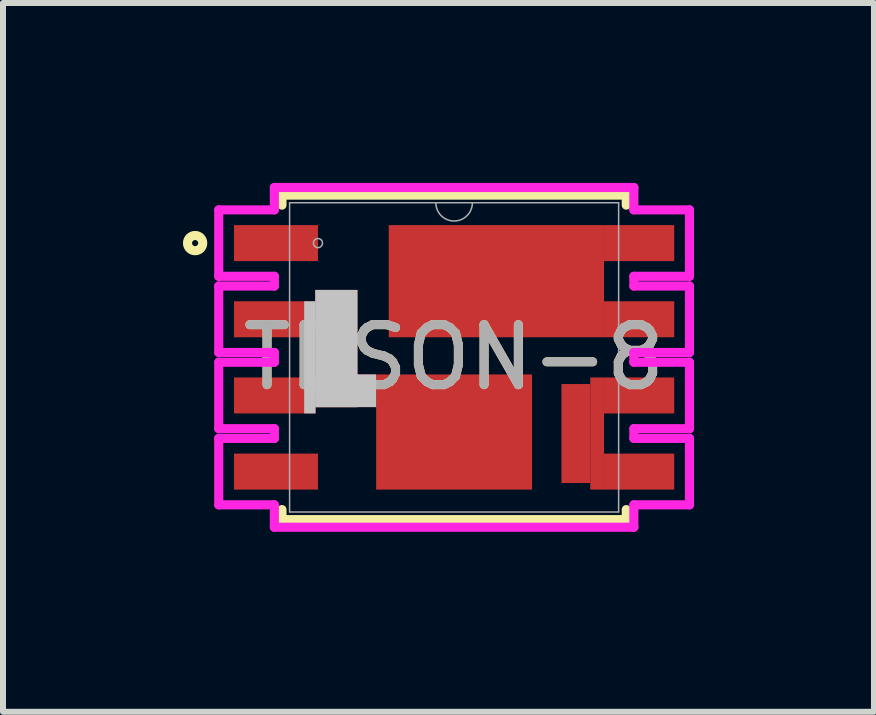
<source format=kicad_pcb>
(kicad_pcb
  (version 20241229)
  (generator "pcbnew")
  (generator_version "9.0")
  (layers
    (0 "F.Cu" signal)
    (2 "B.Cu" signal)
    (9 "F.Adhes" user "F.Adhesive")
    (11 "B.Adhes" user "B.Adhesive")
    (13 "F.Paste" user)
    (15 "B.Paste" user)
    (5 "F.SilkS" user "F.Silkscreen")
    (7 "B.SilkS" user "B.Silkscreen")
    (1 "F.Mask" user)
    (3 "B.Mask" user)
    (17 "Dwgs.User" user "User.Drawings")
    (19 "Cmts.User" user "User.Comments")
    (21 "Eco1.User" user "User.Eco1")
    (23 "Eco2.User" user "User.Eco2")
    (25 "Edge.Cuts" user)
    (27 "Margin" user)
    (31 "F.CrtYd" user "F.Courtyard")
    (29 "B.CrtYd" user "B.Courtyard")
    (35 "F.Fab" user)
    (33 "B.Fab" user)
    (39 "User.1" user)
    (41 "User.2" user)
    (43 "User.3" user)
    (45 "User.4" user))
  (footprint "TDSON-8"
    (layer "F.Cu")
    (at 4.521 2.908)
    (property "Reference" "TDSON-8" (at 0 0 0) (unlocked yes) (layer "F.SilkS") (effects (font (size 1 1) (thickness 0.15))))
    (attr smd)
    (fp_poly (pts (xy -1.3 0.285) (xy 1.3 0.285) (xy 1.3 2.205) (xy -1.3 2.205)) (stroke (width 0) (type solid)) (fill yes) (layer "F.Mask"))
    (fp_poly (pts (xy -1.61 -1.125) (xy -2.31 -1.125) (xy -2.31 -0.935) (xy -2.5 -0.935) (xy -2.5 -0.335) (xy -2.5 0.335) (xy -2.5 0.935) (xy -2.31 0.935) (xy -2.31 0.825) (xy -1.61 0.825)) (stroke (width 0) (type solid)) (fill yes) (layer "F.Mask"))
    (fp_line (start -2.87 -2.705) (end 2.87 -2.705) (stroke (width 0.152) (type solid)) (layer "F.SilkS"))
    (fp_line (start -2.87 -2.538) (end -2.87 -2.705) (stroke (width 0.152) (type solid)) (layer "F.SilkS"))
    (fp_line (start -2.87 2.705) (end -2.87 2.538) (stroke (width 0.152) (type solid)) (layer "F.SilkS"))
    (fp_line (start 2.87 -2.705) (end 2.87 -2.538) (stroke (width 0.152) (type solid)) (layer "F.SilkS"))
    (fp_line (start 2.87 2.538) (end 2.87 2.705) (stroke (width 0.152) (type solid)) (layer "F.SilkS"))
    (fp_line (start 2.87 2.705) (end -2.87 2.705) (stroke (width 0.152) (type solid)) (layer "F.SilkS"))
    (fp_circle (center -4.318 -1.905) (end -4.191 -1.905) (stroke (width 0.152) (type solid)) (fill no) (layer "F.SilkS"))
    (fp_poly (pts (xy -3.62 1.655) (xy -2.47 1.655) (xy -2.47 2.155) (xy -3.62 2.155)) (stroke (width 0) (type solid)) (fill yes) (layer "F.Paste"))
    (fp_poly (pts (xy -3.62 -2.155) (xy -2.47 -2.155) (xy -2.47 -1.655) (xy -3.62 -1.655)) (stroke (width 0) (type solid)) (fill yes) (layer "F.Paste"))
    (fp_poly (pts (xy -3.62 -0.885) (xy -2.47 -0.885) (xy -2.47 -0.385) (xy -3.62 -0.385)) (stroke (width 0) (type solid)) (fill yes) (layer "F.Paste"))
    (fp_poly (pts (xy -3.62 0.385) (xy -2.47 0.385) (xy -2.47 0.885) (xy -3.62 0.885)) (stroke (width 0) (type solid)) (fill yes) (layer "F.Paste"))
    (fp_poly (pts (xy 2.47 -2.155) (xy 3.62 -2.155) (xy 3.62 -1.655) (xy 2.47 -1.655)) (stroke (width 0) (type solid)) (fill yes) (layer "F.Paste"))
    (fp_poly (pts (xy 2.47 -0.885) (xy 3.62 -0.885) (xy 3.62 -0.385) (xy 2.47 -0.385)) (stroke (width 0) (type solid)) (fill yes) (layer "F.Paste"))
    (fp_poly (pts (xy 2.47 0.385) (xy 3.62 0.385) (xy 3.62 0.885) (xy 2.47 0.885)) (stroke (width 0) (type solid)) (fill yes) (layer "F.Paste"))
    (fp_poly (pts (xy 2.47 1.655) (xy 3.62 1.655) (xy 3.62 2.155) (xy 2.47 2.155)) (stroke (width 0) (type solid)) (fill yes) (layer "F.Paste"))
    (fp_line (start -3.924 -2.459) (end -3.924 -1.351) (stroke (width 0.152) (type solid)) (layer "F.CrtYd"))
    (fp_line (start -3.924 -1.351) (end -2.997 -1.351) (stroke (width 0.152) (type solid)) (layer "F.CrtYd"))
    (fp_line (start -3.924 -1.189) (end -3.924 -0.081) (stroke (width 0.152) (type solid)) (layer "F.CrtYd"))
    (fp_line (start -3.924 -0.081) (end -2.997 -0.081) (stroke (width 0.152) (type solid)) (layer "F.CrtYd"))
    (fp_line (start -3.924 0.081) (end -3.924 1.189) (stroke (width 0.152) (type solid)) (layer "F.CrtYd"))
    (fp_line (start -3.924 1.189) (end -2.997 1.189) (stroke (width 0.152) (type solid)) (layer "F.CrtYd"))
    (fp_line (start -3.924 1.351) (end -3.924 2.459) (stroke (width 0.152) (type solid)) (layer "F.CrtYd"))
    (fp_line (start -3.924 2.459) (end -2.997 2.459) (stroke (width 0.152) (type solid)) (layer "F.CrtYd"))
    (fp_line (start -2.997 -2.832) (end -2.997 -2.459) (stroke (width 0.152) (type solid)) (layer "F.CrtYd"))
    (fp_line (start -2.997 -2.459) (end -3.924 -2.459) (stroke (width 0.152) (type solid)) (layer "F.CrtYd"))
    (fp_line (start -2.997 -1.351) (end -2.997 -1.189) (stroke (width 0.152) (type solid)) (layer "F.CrtYd"))
    (fp_line (start -2.997 -1.189) (end -3.924 -1.189) (stroke (width 0.152) (type solid)) (layer "F.CrtYd"))
    (fp_line (start -2.997 -0.081) (end -2.997 0.081) (stroke (width 0.152) (type solid)) (layer "F.CrtYd"))
    (fp_line (start -2.997 0.081) (end -3.924 0.081) (stroke (width 0.152) (type solid)) (layer "F.CrtYd"))
    (fp_line (start -2.997 1.189) (end -2.997 1.351) (stroke (width 0.152) (type solid)) (layer "F.CrtYd"))
    (fp_line (start -2.997 1.351) (end -3.924 1.351) (stroke (width 0.152) (type solid)) (layer "F.CrtYd"))
    (fp_line (start -2.997 2.459) (end -2.997 2.832) (stroke (width 0.152) (type solid)) (layer "F.CrtYd"))
    (fp_line (start -2.997 2.832) (end 2.997 2.832) (stroke (width 0.152) (type solid)) (layer "F.CrtYd"))
    (fp_line (start 2.997 -2.832) (end -2.997 -2.832) (stroke (width 0.152) (type solid)) (layer "F.CrtYd"))
    (fp_line (start 2.997 -2.459) (end 2.997 -2.832) (stroke (width 0.152) (type solid)) (layer "F.CrtYd"))
    (fp_line (start 2.997 -1.351) (end 3.924 -1.351) (stroke (width 0.152) (type solid)) (layer "F.CrtYd"))
    (fp_line (start 2.997 -1.189) (end 2.997 -1.351) (stroke (width 0.152) (type solid)) (layer "F.CrtYd"))
    (fp_line (start 2.997 -0.081) (end 3.924 -0.081) (stroke (width 0.152) (type solid)) (layer "F.CrtYd"))
    (fp_line (start 2.997 0.081) (end 2.997 -0.081) (stroke (width 0.152) (type solid)) (layer "F.CrtYd"))
    (fp_line (start 2.997 1.189) (end 3.924 1.189) (stroke (width 0.152) (type solid)) (layer "F.CrtYd"))
    (fp_line (start 2.997 1.351) (end 2.997 1.189) (stroke (width 0.152) (type solid)) (layer "F.CrtYd"))
    (fp_line (start 2.997 2.459) (end 3.924 2.459) (stroke (width 0.152) (type solid)) (layer "F.CrtYd"))
    (fp_line (start 2.997 2.832) (end 2.997 2.459) (stroke (width 0.152) (type solid)) (layer "F.CrtYd"))
    (fp_line (start 3.924 -2.459) (end 2.997 -2.459) (stroke (width 0.152) (type solid)) (layer "F.CrtYd"))
    (fp_line (start 3.924 -1.351) (end 3.924 -2.459) (stroke (width 0.152) (type solid)) (layer "F.CrtYd"))
    (fp_line (start 3.924 -1.189) (end 2.997 -1.189) (stroke (width 0.152) (type solid)) (layer "F.CrtYd"))
    (fp_line (start 3.924 -0.081) (end 3.924 -1.189) (stroke (width 0.152) (type solid)) (layer "F.CrtYd"))
    (fp_line (start 3.924 0.081) (end 2.997 0.081) (stroke (width 0.152) (type solid)) (layer "F.CrtYd"))
    (fp_line (start 3.924 1.189) (end 3.924 0.081) (stroke (width 0.152) (type solid)) (layer "F.CrtYd"))
    (fp_line (start 3.924 1.351) (end 2.997 1.351) (stroke (width 0.152) (type solid)) (layer "F.CrtYd"))
    (fp_line (start 3.924 2.459) (end 3.924 1.351) (stroke (width 0.152) (type solid)) (layer "F.CrtYd"))
    (fp_line (start -2.743 -2.578) (end -2.743 2.578) (stroke (width 0.025) (type solid)) (layer "F.Fab"))
    (fp_line (start -2.743 2.578) (end 2.743 2.578) (stroke (width 0.025) (type solid)) (layer "F.Fab"))
    (fp_line (start 2.743 -2.578) (end -2.743 -2.578) (stroke (width 0.025) (type solid)) (layer "F.Fab"))
    (fp_line (start 2.743 2.578) (end 2.743 -2.578) (stroke (width 0.025) (type solid)) (layer "F.Fab"))
    (fp_arc (start 0.3048 -2.5781) (mid 0 -2.2733) (end -0.3048 -2.5781) (stroke (width 0.0254) (type solid)) (layer "F.Fab"))
    (fp_circle (center -2.27 -1.905) (end -2.194 -1.905) (stroke (width 0.025) (type solid)) (fill no) (layer "F.Fab"))
    (fp_text user "${REFERENCE}" (at 0 0 0) (unlocked yes) (layer "F.Fab") (effects (font (size 1 1) (thickness 0.15))))
    (pad "1" smd rect (at -2.97 -1.905) (size 1.4 0.6) (layers "F.Cu" "F.Mask"))
    (pad "2" smd rect (at -3.085 -0.635) (size 1.17 0.6) (layers "F.Cu" "F.Mask"))
    (pad "2" smd rect (at -1.805 0.557 270) (size 0.545 1.01) (layers "F.Cu" "F.Mask" "F.Paste" "Dwgs.User"))
    (pad "2" smd rect (at 0 1.245) (size 2.6 1.92) (layers "F.Cu" "F.Mask" "F.Paste"))
    (pad "3" smd rect (at -3.085 0.635) (size 1.17 0.6) (layers "F.Cu" "F.Mask"))
    (pad "3" smd rect (at -2.405 0 180) (size 0.19 1.87) (layers "F.Cu" "F.Mask" "F.Paste" "Dwgs.User"))
    (pad "3" smd rect (at -1.963 -0.147) (size 0.705 1.955) (layers "F.Cu" "F.Mask" "F.Paste" "Dwgs.User"))
    (pad "4" smd rect (at -2.97 1.905) (size 1.4 0.6) (layers "F.Cu" "F.Mask"))
    (pad "5" smd rect (at 2.03 1.27) (size 0.48 1.65) (layers "F.Cu" "F.Mask" "F.Paste"))
    (pad "5" smd rect (at 3.085 1.905) (size 1.17 0.6) (layers "F.Cu" "F.Mask"))
    (pad "6" smd rect (at 2.385 1.27) (size 0.23 1.87) (layers "F.Cu" "F.Mask" "F.Paste"))
    (pad "6" smd rect (at 3.085 0.635) (size 1.17 0.6) (layers "F.Cu" "F.Mask"))
    (pad "7" smd rect (at 0.705 -1.27) (size 3.59 1.87) (layers "F.Cu" "F.Mask" "F.Paste"))
    (pad "7" smd rect (at 3.085 -0.635) (size 1.17 0.6) (layers "F.Cu" "F.Mask"))
    (pad "8" smd rect (at 3.085 -1.905) (size 1.17 0.6) (layers "F.Cu" "F.Mask"))
    (zone (net_name "") (layer "F.Cu") (hatch full 0.508) (connect_pads) (min_thickness 0.254) (filled_areas_thickness no) (keepout (tracks not_allowed) (vias not_allowed) (pads allowed) (copperpour not_allowed) (footprints allowed)) (placement (enabled no)) (fill) (polygon (pts (xy 2.911 3.193) (xy 3.221 3.193) (xy 3.221 3.733) (xy 2.911 3.733)))))
  (gr_rect
    (start -3 -3)
    (end 11.521 8.817)
    (stroke (width 0.1) (type default))
    (fill no)
    (layer "Edge.Cuts")))
</source>
